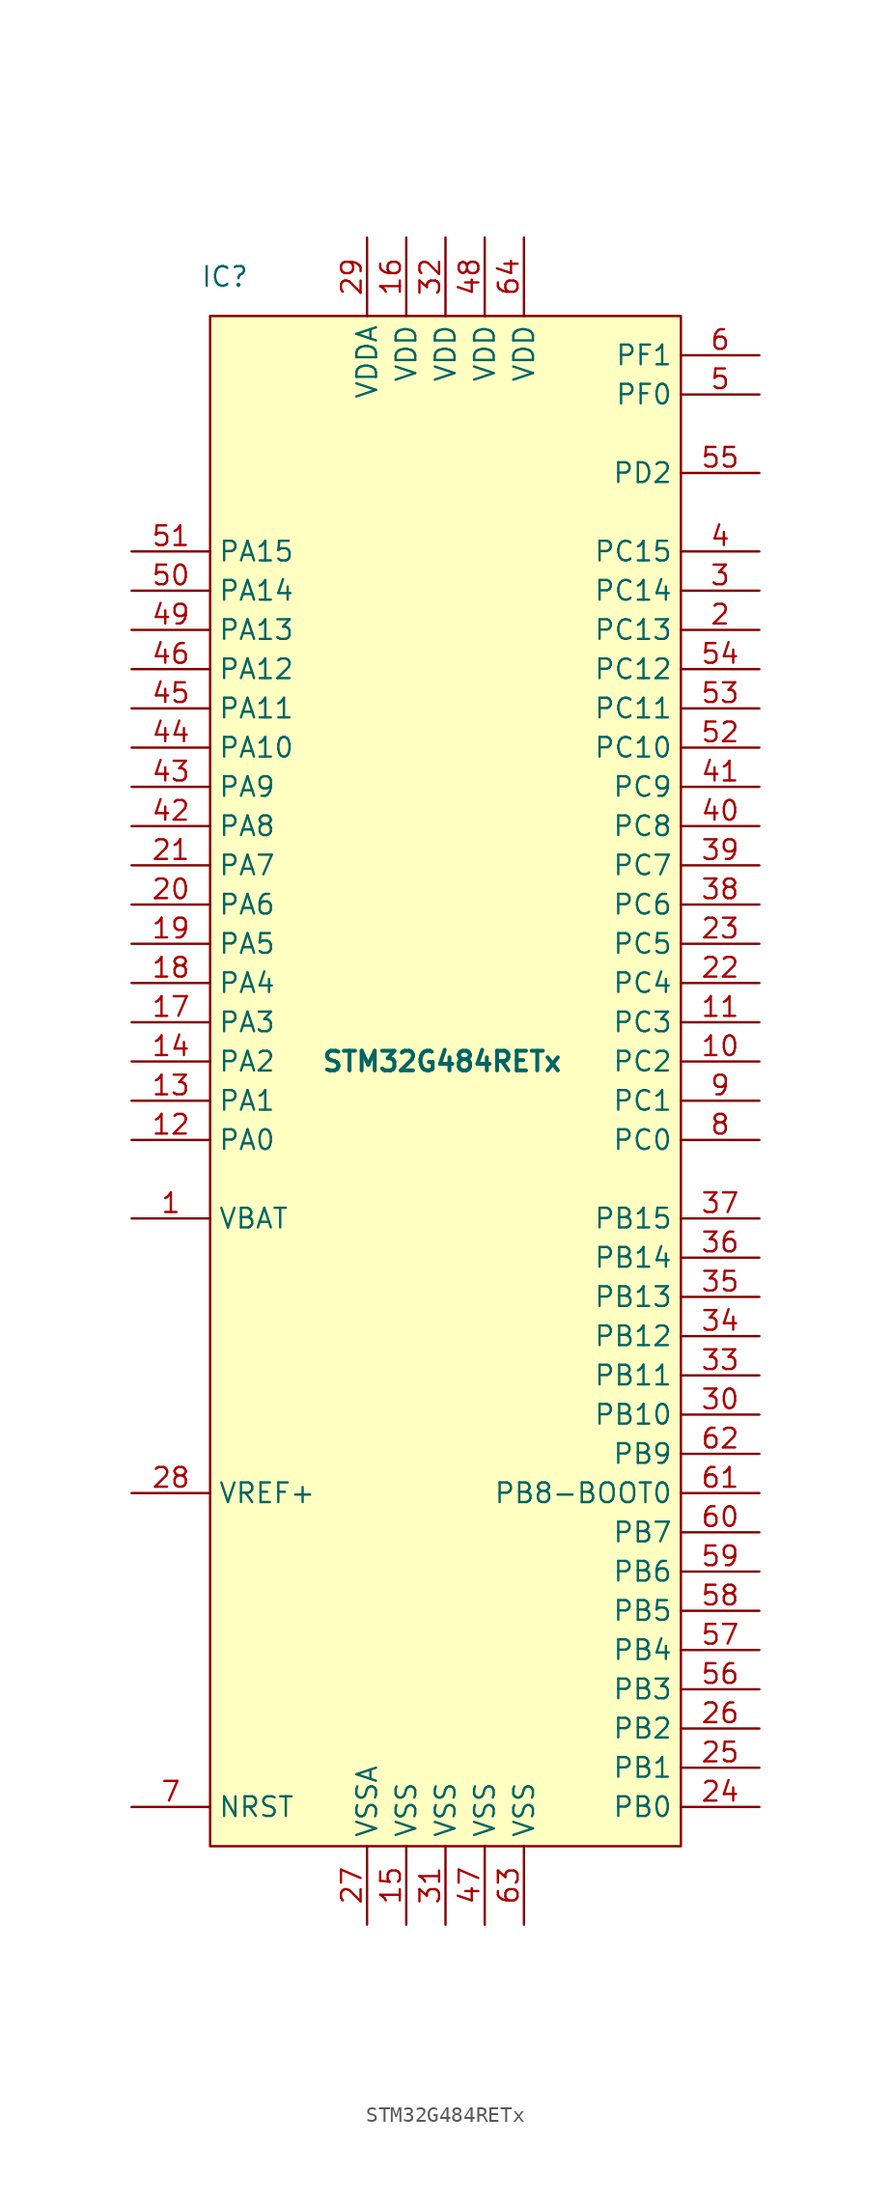
<source format=kicad_sym>
(kicad_symbol_lib
  (version 20220914)
  (generator kicad_symbol_editor)
  (symbol "STM32G484RETx"
    (property "Reference" "IC"
      (at -12.7 50.8 0)
      (effects (font (size 1.27 1.27)) (justify right)))
    (property "Value" "STM32G484RETx"
      (at 7.62 0 0)
      (effects (font (size 1.27 1.27) bold) (justify right)))
    (symbol "STM32G484RETx_1_1"
      (rectangle (start -15.24 48.26) (end 15.24 -50.8) (stroke (width 0.152) (type solid)) (fill (type background)))
      (pin power_in line (at -20.32 -10.16 0) (length 5.08) (name "VBAT" (effects (font (size 1.27 1.27)))) (number "1" (effects (font (size 1.27 1.27)))))
      (pin bidirectional line (at 20.32 0 180) (length 5.08) (name "PC2" (effects (font (size 1.27 1.27)))) (number "10" (effects (font (size 1.27 1.27)))))
      (pin bidirectional line (at 20.32 2.54 180) (length 5.08) (name "PC3" (effects (font (size 1.27 1.27)))) (number "11" (effects (font (size 1.27 1.27)))))
      (pin bidirectional line (at -20.32 -5.08 0) (length 5.08) (name "PA0" (effects (font (size 1.27 1.27)))) (number "12" (effects (font (size 1.27 1.27)))))
      (pin bidirectional line (at -20.32 -2.54 0) (length 5.08) (name "PA1" (effects (font (size 1.27 1.27)))) (number "13" (effects (font (size 1.27 1.27)))))
      (pin bidirectional line (at -20.32 0 0) (length 5.08) (name "PA2" (effects (font (size 1.27 1.27)))) (number "14" (effects (font (size 1.27 1.27)))))
      (pin power_in line (at -2.54 -55.88 90) (length 5.08) (name "VSS" (effects (font (size 1.27 1.27)))) (number "15" (effects (font (size 1.27 1.27)))))
      (pin power_in line (at -2.54 53.34 270) (length 5.08) (name "VDD" (effects (font (size 1.27 1.27)))) (number "16" (effects (font (size 1.27 1.27)))))
      (pin bidirectional line (at -20.32 2.54 0) (length 5.08) (name "PA3" (effects (font (size 1.27 1.27)))) (number "17" (effects (font (size 1.27 1.27)))))
      (pin bidirectional line (at -20.32 5.08 0) (length 5.08) (name "PA4" (effects (font (size 1.27 1.27)))) (number "18" (effects (font (size 1.27 1.27)))))
      (pin bidirectional line (at -20.32 7.62 0) (length 5.08) (name "PA5" (effects (font (size 1.27 1.27)))) (number "19" (effects (font (size 1.27 1.27)))))
      (pin bidirectional line (at 20.32 27.94 180) (length 5.08) (name "PC13" (effects (font (size 1.27 1.27)))) (number "2" (effects (font (size 1.27 1.27)))))
      (pin bidirectional line (at -20.32 10.16 0) (length 5.08) (name "PA6" (effects (font (size 1.27 1.27)))) (number "20" (effects (font (size 1.27 1.27)))))
      (pin bidirectional line (at -20.32 12.7 0) (length 5.08) (name "PA7" (effects (font (size 1.27 1.27)))) (number "21" (effects (font (size 1.27 1.27)))))
      (pin bidirectional line (at 20.32 5.08 180) (length 5.08) (name "PC4" (effects (font (size 1.27 1.27)))) (number "22" (effects (font (size 1.27 1.27)))))
      (pin bidirectional line (at 20.32 7.62 180) (length 5.08) (name "PC5" (effects (font (size 1.27 1.27)))) (number "23" (effects (font (size 1.27 1.27)))))
      (pin bidirectional line (at 20.32 -48.26 180) (length 5.08) (name "PB0" (effects (font (size 1.27 1.27)))) (number "24" (effects (font (size 1.27 1.27)))))
      (pin bidirectional line (at 20.32 -45.72 180) (length 5.08) (name "PB1" (effects (font (size 1.27 1.27)))) (number "25" (effects (font (size 1.27 1.27)))))
      (pin bidirectional line (at 20.32 -43.18 180) (length 5.08) (name "PB2" (effects (font (size 1.27 1.27)))) (number "26" (effects (font (size 1.27 1.27)))))
      (pin power_in line (at -5.08 -55.88 90) (length 5.08) (name "VSSA" (effects (font (size 1.27 1.27)))) (number "27" (effects (font (size 1.27 1.27)))))
      (pin unspecified line (at -20.32 -27.94 0) (length 5.08) (name "VREF+" (effects (font (size 1.27 1.27)))) (number "28" (effects (font (size 1.27 1.27)))))
      (pin power_in line (at -5.08 53.34 270) (length 5.08) (name "VDDA" (effects (font (size 1.27 1.27)))) (number "29" (effects (font (size 1.27 1.27)))))
      (pin bidirectional line (at 20.32 30.48 180) (length 5.08) (name "PC14" (effects (font (size 1.27 1.27)))) (number "3" (effects (font (size 1.27 1.27)))))
      (pin bidirectional line (at 20.32 -22.86 180) (length 5.08) (name "PB10" (effects (font (size 1.27 1.27)))) (number "30" (effects (font (size 1.27 1.27)))))
      (pin power_in line (at 0 -55.88 90) (length 5.08) (name "VSS" (effects (font (size 1.27 1.27)))) (number "31" (effects (font (size 1.27 1.27)))))
      (pin power_in line (at 0 53.34 270) (length 5.08) (name "VDD" (effects (font (size 1.27 1.27)))) (number "32" (effects (font (size 1.27 1.27)))))
      (pin bidirectional line (at 20.32 -20.32 180) (length 5.08) (name "PB11" (effects (font (size 1.27 1.27)))) (number "33" (effects (font (size 1.27 1.27)))))
      (pin bidirectional line (at 20.32 -17.78 180) (length 5.08) (name "PB12" (effects (font (size 1.27 1.27)))) (number "34" (effects (font (size 1.27 1.27)))))
      (pin bidirectional line (at 20.32 -15.24 180) (length 5.08) (name "PB13" (effects (font (size 1.27 1.27)))) (number "35" (effects (font (size 1.27 1.27)))))
      (pin bidirectional line (at 20.32 -12.7 180) (length 5.08) (name "PB14" (effects (font (size 1.27 1.27)))) (number "36" (effects (font (size 1.27 1.27)))))
      (pin bidirectional line (at 20.32 -10.16 180) (length 5.08) (name "PB15" (effects (font (size 1.27 1.27)))) (number "37" (effects (font (size 1.27 1.27)))))
      (pin bidirectional line (at 20.32 10.16 180) (length 5.08) (name "PC6" (effects (font (size 1.27 1.27)))) (number "38" (effects (font (size 1.27 1.27)))))
      (pin bidirectional line (at 20.32 12.7 180) (length 5.08) (name "PC7" (effects (font (size 1.27 1.27)))) (number "39" (effects (font (size 1.27 1.27)))))
      (pin bidirectional line (at 20.32 33.02 180) (length 5.08) (name "PC15" (effects (font (size 1.27 1.27)))) (number "4" (effects (font (size 1.27 1.27)))))
      (pin bidirectional line (at 20.32 15.24 180) (length 5.08) (name "PC8" (effects (font (size 1.27 1.27)))) (number "40" (effects (font (size 1.27 1.27)))))
      (pin bidirectional line (at 20.32 17.78 180) (length 5.08) (name "PC9" (effects (font (size 1.27 1.27)))) (number "41" (effects (font (size 1.27 1.27)))))
      (pin bidirectional line (at -20.32 15.24 0) (length 5.08) (name "PA8" (effects (font (size 1.27 1.27)))) (number "42" (effects (font (size 1.27 1.27)))))
      (pin bidirectional line (at -20.32 17.78 0) (length 5.08) (name "PA9" (effects (font (size 1.27 1.27)))) (number "43" (effects (font (size 1.27 1.27)))))
      (pin bidirectional line (at -20.32 20.32 0) (length 5.08) (name "PA10" (effects (font (size 1.27 1.27)))) (number "44" (effects (font (size 1.27 1.27)))))
      (pin bidirectional line (at -20.32 22.86 0) (length 5.08) (name "PA11" (effects (font (size 1.27 1.27)))) (number "45" (effects (font (size 1.27 1.27)))))
      (pin bidirectional line (at -20.32 25.4 0) (length 5.08) (name "PA12" (effects (font (size 1.27 1.27)))) (number "46" (effects (font (size 1.27 1.27)))))
      (pin power_in line (at 2.54 -55.88 90) (length 5.08) (name "VSS" (effects (font (size 1.27 1.27)))) (number "47" (effects (font (size 1.27 1.27)))))
      (pin power_in line (at 2.54 53.34 270) (length 5.08) (name "VDD" (effects (font (size 1.27 1.27)))) (number "48" (effects (font (size 1.27 1.27)))))
      (pin bidirectional line (at -20.32 27.94 0) (length 5.08) (name "PA13" (effects (font (size 1.27 1.27)))) (number "49" (effects (font (size 1.27 1.27)))))
      (pin bidirectional line (at 20.32 43.18 180) (length 5.08) (name "PF0" (effects (font (size 1.27 1.27)))) (number "5" (effects (font (size 1.27 1.27)))))
      (pin bidirectional line (at -20.32 30.48 0) (length 5.08) (name "PA14" (effects (font (size 1.27 1.27)))) (number "50" (effects (font (size 1.27 1.27)))))
      (pin bidirectional line (at -20.32 33.02 0) (length 5.08) (name "PA15" (effects (font (size 1.27 1.27)))) (number "51" (effects (font (size 1.27 1.27)))))
      (pin bidirectional line (at 20.32 20.32 180) (length 5.08) (name "PC10" (effects (font (size 1.27 1.27)))) (number "52" (effects (font (size 1.27 1.27)))))
      (pin bidirectional line (at 20.32 22.86 180) (length 5.08) (name "PC11" (effects (font (size 1.27 1.27)))) (number "53" (effects (font (size 1.27 1.27)))))
      (pin bidirectional line (at 20.32 25.4 180) (length 5.08) (name "PC12" (effects (font (size 1.27 1.27)))) (number "54" (effects (font (size 1.27 1.27)))))
      (pin bidirectional line (at 20.32 38.1 180) (length 5.08) (name "PD2" (effects (font (size 1.27 1.27)))) (number "55" (effects (font (size 1.27 1.27)))))
      (pin bidirectional line (at 20.32 -40.64 180) (length 5.08) (name "PB3" (effects (font (size 1.27 1.27)))) (number "56" (effects (font (size 1.27 1.27)))))
      (pin bidirectional line (at 20.32 -38.1 180) (length 5.08) (name "PB4" (effects (font (size 1.27 1.27)))) (number "57" (effects (font (size 1.27 1.27)))))
      (pin bidirectional line (at 20.32 -35.56 180) (length 5.08) (name "PB5" (effects (font (size 1.27 1.27)))) (number "58" (effects (font (size 1.27 1.27)))))
      (pin bidirectional line (at 20.32 -33.02 180) (length 5.08) (name "PB6" (effects (font (size 1.27 1.27)))) (number "59" (effects (font (size 1.27 1.27)))))
      (pin bidirectional line (at 20.32 45.72 180) (length 5.08) (name "PF1" (effects (font (size 1.27 1.27)))) (number "6" (effects (font (size 1.27 1.27)))))
      (pin bidirectional line (at 20.32 -30.48 180) (length 5.08) (name "PB7" (effects (font (size 1.27 1.27)))) (number "60" (effects (font (size 1.27 1.27)))))
      (pin bidirectional line (at 20.32 -27.94 180) (length 5.08) (name "PB8-BOOT0" (effects (font (size 1.27 1.27)))) (number "61" (effects (font (size 1.27 1.27)))))
      (pin bidirectional line (at 20.32 -25.4 180) (length 5.08) (name "PB9" (effects (font (size 1.27 1.27)))) (number "62" (effects (font (size 1.27 1.27)))))
      (pin power_in line (at 5.08 -55.88 90) (length 5.08) (name "VSS" (effects (font (size 1.27 1.27)))) (number "63" (effects (font (size 1.27 1.27)))))
      (pin power_in line (at 5.08 53.34 270) (length 5.08) (name "VDD" (effects (font (size 1.27 1.27)))) (number "64" (effects (font (size 1.27 1.27)))))
      (pin bidirectional line (at -20.32 -48.26 0) (length 5.08) (name "NRST" (effects (font (size 1.27 1.27)))) (number "7" (effects (font (size 1.27 1.27)))))
      (pin bidirectional line (at 20.32 -5.08 180) (length 5.08) (name "PC0" (effects (font (size 1.27 1.27)))) (number "8" (effects (font (size 1.27 1.27)))))
      (pin bidirectional line (at 20.32 -2.54 180) (length 5.08) (name "PC1" (effects (font (size 1.27 1.27)))) (number "9" (effects (font (size 1.27 1.27))))))))
</source>
